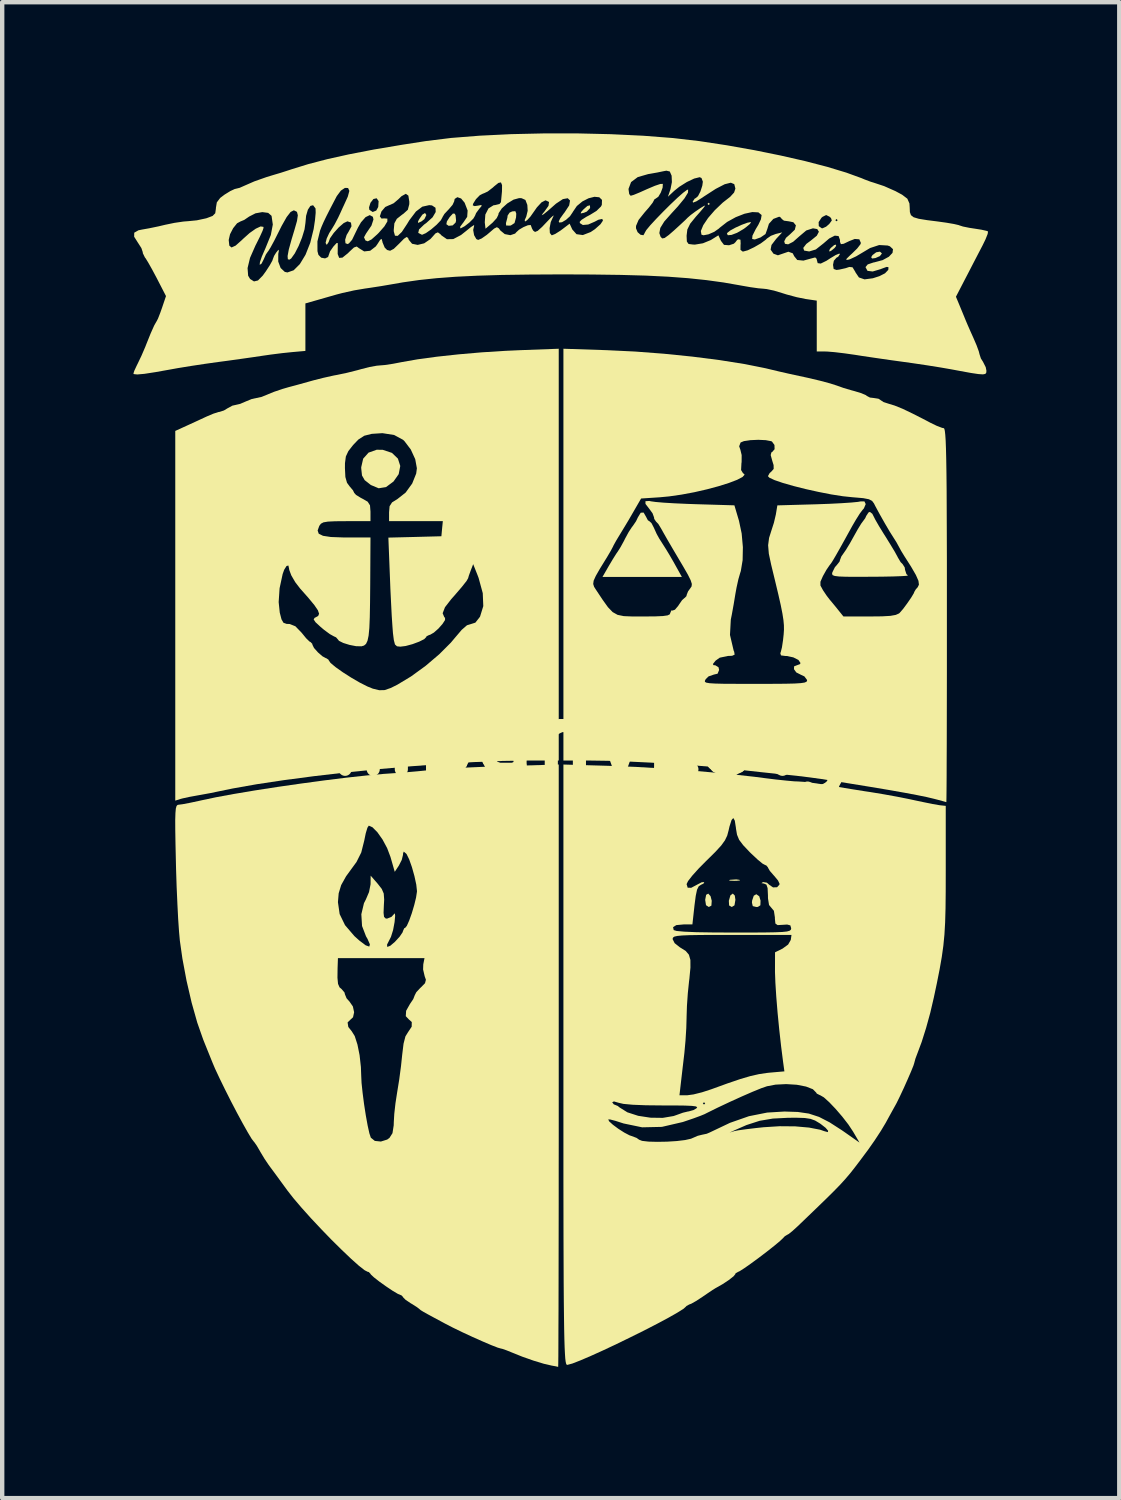
<source format=kicad_pcb>
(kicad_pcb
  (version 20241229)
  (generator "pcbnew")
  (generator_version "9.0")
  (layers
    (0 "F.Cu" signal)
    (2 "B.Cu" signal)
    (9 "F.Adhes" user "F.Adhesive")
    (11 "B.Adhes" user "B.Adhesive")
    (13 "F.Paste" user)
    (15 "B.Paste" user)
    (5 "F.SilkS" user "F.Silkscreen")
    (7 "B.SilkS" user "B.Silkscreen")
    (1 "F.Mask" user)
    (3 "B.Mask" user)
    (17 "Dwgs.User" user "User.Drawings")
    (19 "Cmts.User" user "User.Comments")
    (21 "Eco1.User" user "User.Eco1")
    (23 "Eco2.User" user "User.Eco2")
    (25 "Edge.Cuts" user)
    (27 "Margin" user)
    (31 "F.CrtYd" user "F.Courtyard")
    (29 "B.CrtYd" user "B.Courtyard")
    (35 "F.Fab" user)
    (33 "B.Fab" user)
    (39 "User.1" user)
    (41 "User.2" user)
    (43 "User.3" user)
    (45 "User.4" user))
  (footprint "companyLolgo"
    (layer "F.Cu")
    (at 9.804 13.86)
    (property "Reference" "companyLolgo" (at 0 0 0) (layer "F.SilkS") (effects (font (size 1.5 1.5) (thickness 0.3))))
    (attr board_only exclude_from_pos_files exclude_from_bom)
    (fp_poly (pts (xy 3.374 -12.248) (xy 3.348 -12.222) (xy 3.321 -12.248) (xy 3.348 -12.275)) (stroke (width 0) (type solid)) (fill yes) (layer "F.SilkS"))
    (fp_poly (pts (xy 3.391 3.579) (xy 3.418 3.684) (xy 3.41 3.795) (xy 3.351 3.826) (xy 3.287 3.785) (xy 3.268 3.662) (xy 3.29 3.547) (xy 3.339 3.52)) (stroke (width 0) (type solid)) (fill yes) (layer "F.SilkS"))
    (fp_poly (pts (xy 3.945 3.564) (xy 3.959 3.662) (xy 3.938 3.788) (xy 3.876 3.826) (xy 3.815 3.791) (xy 3.809 3.684) (xy 3.845 3.56) (xy 3.899 3.519)) (stroke (width 0) (type solid)) (fill yes) (layer "F.SilkS"))
    (fp_poly (pts (xy 4.052 3.205) (xy 4.065 3.219) (xy 3.989 3.227) (xy 3.932 3.228) (xy 3.829 3.223) (xy 3.814 3.211) (xy 3.84 3.204) (xy 3.978 3.195)) (stroke (width 0) (type solid)) (fill yes) (layer "F.SilkS"))
    (fp_poly (pts (xy 6.263 -11.289) (xy 6.225 -11.239) (xy 6.145 -11.174) (xy 6.108 -11.159) (xy 6.106 -11.192) (xy 6.137 -11.239) (xy 6.216 -11.306) (xy 6.254 -11.318)) (stroke (width 0) (type solid)) (fill yes) (layer "F.SilkS"))
    (fp_poly (pts (xy -3.109 -11.998) (xy -3.109 -11.988) (xy -3.151 -11.901) (xy -3.219 -11.848) (xy -3.296 -11.813) (xy -3.296 -11.848) (xy -3.272 -11.896) (xy -3.198 -12.003) (xy -3.137 -12.041)) (stroke (width 0) (type solid)) (fill yes) (layer "F.SilkS"))
    (fp_poly (pts (xy 0.637 -12.161) (xy 0.632 -12.147) (xy 0.562 -12.073) (xy 0.496 -12.045) (xy 0.423 -12.03) (xy 0.43 -12.06) (xy 0.482 -12.119) (xy 0.574 -12.201) (xy 0.633 -12.216)) (stroke (width 0) (type solid)) (fill yes) (layer "F.SilkS"))
    (fp_poly (pts (xy 7.306 -11.119) (xy 7.306 -11.112) (xy 7.262 -11.055) (xy 7.16 -11.01) (xy 7.083 -11) (xy 7.063 -11.03) (xy 7.094 -11.079) (xy 7.178 -11.142) (xy 7.263 -11.157)) (stroke (width 0) (type solid)) (fill yes) (layer "F.SilkS"))
    (fp_poly (pts (xy -2.458 -12.025) (xy -2.439 -11.988) (xy -2.427 -11.868) (xy -2.437 -11.823) (xy -2.504 -11.757) (xy -2.597 -11.747) (xy -2.649 -11.784) (xy -2.637 -11.849) (xy -2.573 -11.948) (xy -2.499 -12.028)) (stroke (width 0) (type solid)) (fill yes) (layer "F.SilkS"))
    (fp_poly (pts (xy 4.504 3.581) (xy 4.534 3.68) (xy 4.53 3.787) (xy 4.473 3.824) (xy 4.437 3.826) (xy 4.356 3.806) (xy 4.337 3.726) (xy 4.341 3.68) (xy 4.379 3.568) (xy 4.437 3.534)) (stroke (width 0) (type solid)) (fill yes) (layer "F.SilkS"))
    (fp_poly (pts (xy -1.051 -12.026) (xy -1.056 -11.938) (xy -1.091 -11.81) (xy -1.174 -11.756) (xy -1.196 -11.752) (xy -1.282 -11.754) (xy -1.287 -11.81) (xy -1.283 -11.823) (xy -1.253 -11.939) (xy -1.249 -11.981) (xy -1.204 -12.049) (xy -1.143 -12.077) (xy -1.072 -12.082)) (stroke (width 0) (type solid)) (fill yes) (layer "F.SilkS"))
    (fp_poly (pts (xy 4.316 -11.829) (xy 4.29 -11.789) (xy 4.199 -11.713) (xy 4.137 -11.669) (xy 3.996 -11.587) (xy 3.871 -11.54) (xy 3.787 -11.532) (xy 3.765 -11.567) (xy 3.776 -11.588) (xy 3.839 -11.639) (xy 3.959 -11.705) (xy 4.1 -11.769) (xy 4.228 -11.817) (xy 4.307 -11.833)) (stroke (width 0) (type solid)) (fill yes) (layer "F.SilkS"))
    (fp_poly (pts (xy -4.104 -6.626) (xy -3.893 -6.556) (xy -3.757 -6.425) (xy -3.703 -6.257) (xy -3.739 -6.07) (xy -3.857 -5.902) (xy -4.029 -5.774) (xy -4.197 -5.747) (xy -4.374 -5.821) (xy -4.385 -5.829) (xy -4.517 -5.933) (xy -4.578 -6.04) (xy -4.595 -6.197) (xy -4.596 -6.227) (xy -4.551 -6.424) (xy -4.428 -6.562) (xy -4.242 -6.628)) (stroke (width 0) (type solid)) (fill yes) (layer "F.SilkS"))
    (fp_poly (pts (xy 1.913 -5.101) (xy 1.958 -5.015) (xy 1.991 -4.995) (xy 2.04 -4.951) (xy 2.093 -4.849) (xy 2.16 -4.701) (xy 2.218 -4.597) (xy 2.299 -4.47) (xy 2.37 -4.358) (xy 2.446 -4.233) (xy 2.544 -4.064) (xy 2.595 -3.972) (xy 2.735 -3.72) (xy 1.827 -3.72) (xy 0.92 -3.72) (xy 1.065 -3.972) (xy 1.159 -4.13) (xy 1.239 -4.257) (xy 1.272 -4.304) (xy 1.333 -4.401) (xy 1.412 -4.545) (xy 1.437 -4.596) (xy 1.518 -4.745) (xy 1.593 -4.86) (xy 1.612 -4.883) (xy 1.687 -4.993) (xy 1.73 -5.083) (xy 1.794 -5.188) (xy 1.86 -5.192)) (stroke (width 0) (type solid)) (fill yes) (layer "F.SilkS"))
    (fp_poly (pts (xy 7.089 -5.164) (xy 7.114 -5.115) (xy 7.158 -5.028) (xy 7.243 -4.88) (xy 7.354 -4.7) (xy 7.386 -4.65) (xy 7.503 -4.461) (xy 7.603 -4.295) (xy 7.666 -4.18) (xy 7.674 -4.163) (xy 7.737 -4.058) (xy 7.781 -4.014) (xy 7.83 -3.937) (xy 7.838 -3.88) (xy 7.869 -3.784) (xy 7.904 -3.755) (xy 7.876 -3.746) (xy 7.758 -3.738) (xy 7.564 -3.731) (xy 7.31 -3.726) (xy 7.059 -3.724) (xy 6.729 -3.723) (xy 6.49 -3.724) (xy 6.329 -3.73) (xy 6.232 -3.742) (xy 6.183 -3.76) (xy 6.169 -3.788) (xy 6.175 -3.824) (xy 6.234 -3.943) (xy 6.276 -3.99) (xy 6.34 -4.071) (xy 6.35 -4.107) (xy 6.382 -4.19) (xy 6.422 -4.247) (xy 6.484 -4.336) (xy 6.575 -4.485) (xy 6.667 -4.65) (xy 6.759 -4.814) (xy 6.835 -4.938) (xy 6.877 -4.995) (xy 6.927 -5.063) (xy 6.95 -5.115) (xy 7.001 -5.193) (xy 7.033 -5.208)) (stroke (width 0) (type solid)) (fill yes) (layer "F.SilkS"))
    (fp_poly (pts (xy -0.08 -4.229) (xy -0.08 0.478) (xy -0.784 0.478) (xy -1.367 0.487) (xy -2.02 0.513) (xy -2.722 0.554) (xy -3.457 0.609) (xy -4.206 0.675) (xy -4.952 0.751) (xy -5.675 0.835) (xy -6.358 0.925) (xy -6.983 1.019) (xy -7.531 1.116) (xy -7.838 1.179) (xy -8.045 1.222) (xy -8.275 1.264) (xy -8.343 1.276) (xy -8.524 1.309) (xy -8.679 1.343) (xy -8.728 1.356) (xy -8.847 1.394) (xy -8.847 -2.832) (xy -8.847 -3.145) (xy -6.483 -3.145) (xy -6.458 -2.904) (xy -6.418 -2.75) (xy -6.373 -2.672) (xy -6.3 -2.646) (xy -6.231 -2.644) (xy -6.101 -2.592) (xy -5.955 -2.441) (xy -5.953 -2.438) (xy -5.855 -2.318) (xy -5.778 -2.243) (xy -5.755 -2.232) (xy -5.714 -2.19) (xy -5.712 -2.171) (xy -5.675 -2.096) (xy -5.585 -1.995) (xy -5.481 -1.905) (xy -5.398 -1.86) (xy -5.391 -1.86) (xy -5.341 -1.825) (xy -5.34 -1.816) (xy -5.297 -1.754) (xy -5.182 -1.658) (xy -5.017 -1.541) (xy -4.826 -1.419) (xy -4.63 -1.305) (xy -4.452 -1.215) (xy -4.331 -1.166) (xy -4.184 -1.13) (xy -4.061 -1.133) (xy -3.921 -1.181) (xy -3.772 -1.255) (xy -3.457 -1.445) (xy -3.125 -1.686) (xy -2.812 -1.952) (xy -2.548 -2.216) (xy -2.458 -2.323) (xy -2.298 -2.511) (xy -2.178 -2.615) (xy -2.09 -2.642) (xy -2.09 -2.642) (xy -1.986 -2.675) (xy -1.884 -2.805) (xy -1.878 -2.816) (xy -1.805 -3.053) (xy -1.817 -3.349) (xy -1.912 -3.697) (xy -1.937 -3.763) (xy -2.036 -4.012) (xy -2.094 -3.862) (xy -2.135 -3.75) (xy -2.152 -3.69) (xy -2.188 -3.627) (xy -2.294 -3.493) (xy -2.463 -3.296) (xy -2.537 -3.213) (xy -2.681 -3.027) (xy -2.734 -2.89) (xy -2.696 -2.799) (xy -2.679 -2.787) (xy -2.679 -2.735) (xy -2.738 -2.644) (xy -2.831 -2.539) (xy -2.934 -2.448) (xy -3.022 -2.397) (xy -3.042 -2.393) (xy -3.104 -2.362) (xy -3.109 -2.345) (xy -3.155 -2.298) (xy -3.271 -2.24) (xy -3.424 -2.183) (xy -3.58 -2.141) (xy -3.701 -2.126) (xy -3.778 -2.134) (xy -3.824 -2.176) (xy -3.85 -2.276) (xy -3.87 -2.434) (xy -3.882 -2.591) (xy -3.898 -2.829) (xy -3.913 -3.123) (xy -3.929 -3.448) (xy -3.938 -3.681) (xy -3.975 -4.619) (xy -3.369 -4.634) (xy -2.763 -4.65) (xy -2.747 -4.822) (xy -2.73 -4.995) (xy -3.344 -4.995) (xy -3.959 -4.995) (xy -3.959 -5.198) (xy -3.947 -5.337) (xy -3.891 -5.424) (xy -3.765 -5.503) (xy -3.764 -5.504) (xy -3.58 -5.649) (xy -3.43 -5.856) (xy -3.339 -6.083) (xy -3.323 -6.204) (xy -3.361 -6.412) (xy -3.463 -6.634) (xy -3.607 -6.824) (xy -3.641 -6.856) (xy -3.843 -6.965) (xy -4.111 -7.007) (xy -4.356 -6.991) (xy -4.526 -6.948) (xy -4.661 -6.861) (xy -4.781 -6.736) (xy -4.89 -6.596) (xy -4.947 -6.474) (xy -4.967 -6.322) (xy -4.968 -6.208) (xy -4.958 -6.005) (xy -4.921 -5.873) (xy -4.862 -5.792) (xy -4.784 -5.7) (xy -4.756 -5.642) (xy -4.713 -5.594) (xy -4.605 -5.528) (xy -4.57 -5.51) (xy -4.448 -5.44) (xy -4.395 -5.356) (xy -4.384 -5.213) (xy -4.384 -5.208) (xy -4.384 -4.995) (xy -4.94 -4.995) (xy -5.191 -4.993) (xy -5.357 -4.985) (xy -5.459 -4.968) (xy -5.517 -4.937) (xy -5.553 -4.889) (xy -5.555 -4.885) (xy -5.592 -4.782) (xy -5.567 -4.708) (xy -5.469 -4.66) (xy -5.29 -4.633) (xy -5.017 -4.623) (xy -4.935 -4.623) (xy -4.384 -4.623) (xy -4.39 -3.547) (xy -4.394 -3.126) (xy -4.4 -2.798) (xy -4.41 -2.553) (xy -4.427 -2.378) (xy -4.452 -2.261) (xy -4.486 -2.189) (xy -4.532 -2.151) (xy -4.59 -2.134) (xy -4.594 -2.134) (xy -4.714 -2.137) (xy -4.863 -2.166) (xy -5.005 -2.21) (xy -5.104 -2.259) (xy -5.128 -2.29) (xy -5.171 -2.339) (xy -5.221 -2.362) (xy -5.313 -2.413) (xy -5.446 -2.511) (xy -5.523 -2.576) (xy -5.641 -2.685) (xy -5.683 -2.749) (xy -5.66 -2.786) (xy -5.643 -2.793) (xy -5.58 -2.828) (xy -5.559 -2.878) (xy -5.586 -2.957) (xy -5.667 -3.076) (xy -5.809 -3.248) (xy -5.992 -3.454) (xy -6.104 -3.6) (xy -6.194 -3.755) (xy -6.241 -3.88) (xy -6.244 -3.904) (xy -6.261 -3.981) (xy -6.303 -3.97) (xy -6.357 -3.884) (xy -6.392 -3.786) (xy -6.462 -3.461) (xy -6.483 -3.145) (xy -8.847 -3.145) (xy -8.847 -7.058) (xy -8.595 -7.173) (xy -8.394 -7.265) (xy -8.189 -7.36) (xy -8.124 -7.39) (xy -7.975 -7.453) (xy -7.859 -7.49) (xy -7.832 -7.494) (xy -7.734 -7.526) (xy -7.655 -7.574) (xy -7.541 -7.636) (xy -7.469 -7.652) (xy -7.365 -7.676) (xy -7.234 -7.732) (xy -7.098 -7.788) (xy -6.99 -7.811) (xy -6.88 -7.834) (xy -6.74 -7.89) (xy -6.734 -7.893) (xy -6.59 -7.952) (xy -6.395 -8.018) (xy -6.261 -8.057) (xy -6.034 -8.118) (xy -5.797 -8.184) (xy -5.686 -8.215) (xy -5.461 -8.272) (xy -5.219 -8.326) (xy -5.147 -8.339) (xy -4.924 -8.386) (xy -4.681 -8.447) (xy -4.592 -8.472) (xy -4.407 -8.519) (xy -4.242 -8.549) (xy -4.175 -8.555) (xy -4.054 -8.565) (xy -3.87 -8.593) (xy -3.667 -8.632) (xy -3.308 -8.695) (xy -2.867 -8.755) (xy -2.369 -8.809) (xy -1.838 -8.855) (xy -1.3 -8.889) (xy -0.97 -8.904) (xy -0.08 -8.937)) (stroke (width 0) (type solid)) (fill yes) (layer "F.SilkS"))
    (fp_poly (pts (xy -0.08 7.457) (xy -0.08 8.304) (xy -0.08 9.12) (xy -0.081 9.9) (xy -0.081 10.638) (xy -0.082 11.327) (xy -0.083 11.961) (xy -0.084 12.534) (xy -0.085 13.039) (xy -0.087 13.471) (xy -0.088 13.823) (xy -0.089 14.089) (xy -0.091 14.262) (xy -0.093 14.337) (xy -0.093 14.34) (xy -0.149 14.327) (xy -0.239 14.311) (xy -0.42 14.269) (xy -0.657 14.197) (xy -0.91 14.108) (xy -1.129 14.02) (xy -1.272 13.962) (xy -1.375 13.926) (xy -1.398 13.922) (xy -1.475 13.9) (xy -1.624 13.842) (xy -1.825 13.756) (xy -2.054 13.654) (xy -2.289 13.545) (xy -2.509 13.438) (xy -2.683 13.348) (xy -2.919 13.221) (xy -3.078 13.135) (xy -3.176 13.08) (xy -3.23 13.047) (xy -3.257 13.026) (xy -3.268 13.015) (xy -3.328 12.97) (xy -3.441 12.899) (xy -3.467 12.884) (xy -3.579 12.809) (xy -3.638 12.75) (xy -3.64 12.742) (xy -3.68 12.701) (xy -3.689 12.7) (xy -3.758 12.671) (xy -3.881 12.598) (xy -4.03 12.498) (xy -4.18 12.391) (xy -4.304 12.294) (xy -4.376 12.227) (xy -4.384 12.212) (xy -4.425 12.17) (xy -4.442 12.169) (xy -4.517 12.131) (xy -4.651 12.026) (xy -4.829 11.867) (xy -5.04 11.666) (xy -5.272 11.437) (xy -5.51 11.191) (xy -5.744 10.942) (xy -5.96 10.701) (xy -6.146 10.483) (xy -6.282 10.309) (xy -6.431 10.105) (xy -6.566 9.92) (xy -6.67 9.78) (xy -6.711 9.724) (xy -6.805 9.585) (xy -6.903 9.422) (xy -6.912 9.405) (xy -6.985 9.281) (xy -7.041 9.201) (xy -7.049 9.193) (xy -7.101 9.125) (xy -7.189 8.979) (xy -7.304 8.775) (xy -7.436 8.531) (xy -7.575 8.265) (xy -7.711 7.995) (xy -7.835 7.741) (xy -7.938 7.521) (xy -7.995 7.386) (xy -8.081 7.173) (xy -8.169 6.955) (xy -8.209 6.855) (xy -8.344 6.47) (xy -8.473 6.012) (xy -8.589 5.512) (xy -8.602 5.443) (xy -5.139 5.443) (xy -5.126 5.583) (xy -5.091 5.663) (xy -5.047 5.7) (xy -4.978 5.78) (xy -4.968 5.822) (xy -4.931 5.913) (xy -4.862 5.99) (xy -4.786 6.101) (xy -4.758 6.233) (xy -4.783 6.347) (xy -4.836 6.396) (xy -4.907 6.465) (xy -4.891 6.569) (xy -4.814 6.665) (xy -4.744 6.777) (xy -4.682 6.97) (xy -4.633 7.214) (xy -4.603 7.485) (xy -4.596 7.676) (xy -4.588 7.848) (xy -4.564 8.075) (xy -4.531 8.331) (xy -4.491 8.589) (xy -4.449 8.821) (xy -4.409 9.001) (xy -4.376 9.1) (xy -4.284 9.174) (xy -4.146 9.188) (xy -4.002 9.143) (xy -3.95 9.105) (xy -3.881 8.997) (xy -3.853 8.818) (xy -3.851 8.746) (xy -3.84 8.557) (xy -3.813 8.315) (xy -3.775 8.068) (xy -3.772 8.05) (xy -3.727 7.772) (xy -3.686 7.462) (xy -3.659 7.205) (xy -3.628 6.951) (xy -3.585 6.784) (xy -3.525 6.687) (xy -3.442 6.563) (xy -3.44 6.456) (xy -3.507 6.396) (xy -3.577 6.322) (xy -3.569 6.199) (xy -3.484 6.048) (xy -3.481 6.043) (xy -3.406 5.931) (xy -3.374 5.849) (xy -3.374 5.848) (xy -3.337 5.775) (xy -3.246 5.677) (xy -3.23 5.663) (xy -3.137 5.568) (xy -3.117 5.489) (xy -3.145 5.409) (xy -3.181 5.255) (xy -3.177 5.137) (xy -3.149 4.995) (xy -4.139 4.995) (xy -5.128 4.995) (xy -5.136 5.221) (xy -5.139 5.443) (xy -8.602 5.443) (xy -8.684 5.005) (xy -8.742 4.596) (xy -8.761 4.386) (xy -8.781 4.094) (xy -8.799 3.742) (xy -8.8 3.716) (xy -5.128 3.716) (xy -5.089 3.988) (xy -4.966 4.241) (xy -4.752 4.491) (xy -4.641 4.591) (xy -4.494 4.702) (xy -4.412 4.731) (xy -4.397 4.681) (xy -4.453 4.553) (xy -4.486 4.497) (xy -4.577 4.26) (xy -4.593 3.992) (xy -4.533 3.739) (xy -4.49 3.655) (xy -4.417 3.484) (xy -4.382 3.306) (xy -4.382 3.295) (xy -4.38 3.109) (xy -4.218 3.295) (xy -4.126 3.413) (xy -4.081 3.518) (xy -4.071 3.656) (xy -4.078 3.786) (xy -4.085 3.96) (xy -4.074 4.052) (xy -4.038 4.088) (xy -4.005 4.092) (xy -3.902 4.05) (xy -3.856 3.999) (xy -3.827 3.97) (xy -3.82 4.03) (xy -3.833 4.171) (xy -3.867 4.353) (xy -3.915 4.507) (xy -3.939 4.555) (xy -4.005 4.685) (xy -4.001 4.739) (xy -3.932 4.713) (xy -3.826 4.623) (xy -3.717 4.504) (xy -3.65 4.405) (xy -3.64 4.373) (xy -3.611 4.31) (xy -3.592 4.304) (xy -3.553 4.257) (xy -3.499 4.136) (xy -3.439 3.968) (xy -3.384 3.783) (xy -3.342 3.611) (xy -3.322 3.479) (xy -3.321 3.462) (xy -3.337 3.314) (xy -3.379 3.12) (xy -3.436 2.916) (xy -3.499 2.738) (xy -3.556 2.621) (xy -3.568 2.606) (xy -3.624 2.559) (xy -3.64 2.606) (xy -3.64 2.632) (xy -3.669 2.75) (xy -3.735 2.879) (xy -3.829 3.022) (xy -3.927 2.681) (xy -4.003 2.48) (xy -4.108 2.284) (xy -4.226 2.117) (xy -4.339 2.003) (xy -4.423 1.966) (xy -4.454 2.014) (xy -4.492 2.14) (xy -4.527 2.31) (xy -4.595 2.58) (xy -4.703 2.796) (xy -4.765 2.881) (xy -4.942 3.124) (xy -5.054 3.325) (xy -5.111 3.513) (xy -5.128 3.715) (xy -5.128 3.716) (xy -8.8 3.716) (xy -8.816 3.355) (xy -8.829 2.955) (xy -8.833 2.776) (xy -8.842 2.373) (xy -8.847 2.063) (xy -8.848 1.835) (xy -8.843 1.676) (xy -8.834 1.575) (xy -8.818 1.518) (xy -8.796 1.493) (xy -8.771 1.488) (xy -8.679 1.476) (xy -8.515 1.445) (xy -8.309 1.401) (xy -8.246 1.387) (xy -7.916 1.317) (xy -7.502 1.241) (xy -7.026 1.161) (xy -6.51 1.081) (xy -5.974 1.004) (xy -5.442 0.932) (xy -4.934 0.869) (xy -4.474 0.819) (xy -4.081 0.783) (xy -3.932 0.773) (xy -3.64 0.752) (xy -3.316 0.724) (xy -3.027 0.695) (xy -3.002 0.692) (xy -2.814 0.675) (xy -2.543 0.657) (xy -2.211 0.639) (xy -1.841 0.623) (xy -1.457 0.608) (xy -1.315 0.604) (xy -0.08 0.568)) (stroke (width 0) (type solid)) (fill yes) (layer "F.SilkS"))
    (fp_poly (pts (xy 1.023 -8.904) (xy 1.665 -8.873) (xy 2.323 -8.823) (xy 2.974 -8.757) (xy 3.595 -8.678) (xy 4.162 -8.588) (xy 4.652 -8.49) (xy 4.756 -8.465) (xy 4.974 -8.413) (xy 5.186 -8.365) (xy 5.314 -8.337) (xy 5.615 -8.272) (xy 5.894 -8.206) (xy 6.125 -8.144) (xy 6.281 -8.094) (xy 6.297 -8.088) (xy 6.43 -8.041) (xy 6.609 -7.988) (xy 6.683 -7.968) (xy 6.837 -7.921) (xy 6.942 -7.876) (xy 6.966 -7.857) (xy 7.035 -7.821) (xy 7.121 -7.811) (xy 7.23 -7.794) (xy 7.276 -7.764) (xy 7.345 -7.718) (xy 7.452 -7.683) (xy 7.597 -7.639) (xy 7.78 -7.565) (xy 8.016 -7.452) (xy 8.323 -7.295) (xy 8.415 -7.246) (xy 8.566 -7.173) (xy 8.685 -7.128) (xy 8.723 -7.121) (xy 8.736 -7.106) (xy 8.747 -7.058) (xy 8.757 -6.971) (xy 8.766 -6.838) (xy 8.773 -6.653) (xy 8.779 -6.409) (xy 8.784 -6.101) (xy 8.788 -5.722) (xy 8.79 -5.266) (xy 8.792 -4.727) (xy 8.794 -4.098) (xy 8.794 -3.373) (xy 8.794 -2.843) (xy 8.794 -2.179) (xy 8.794 -1.547) (xy 8.793 -0.955) (xy 8.792 -0.41) (xy 8.791 0.08) (xy 8.789 0.506) (xy 8.788 0.861) (xy 8.786 1.137) (xy 8.784 1.326) (xy 8.782 1.419) (xy 8.781 1.429) (xy 8.727 1.413) (xy 8.602 1.379) (xy 8.502 1.353) (xy 8.334 1.313) (xy 8.114 1.268) (xy 7.833 1.215) (xy 7.482 1.153) (xy 7.053 1.081) (xy 6.536 0.997) (xy 5.925 0.9) (xy 5.666 0.864) (xy 5.365 0.827) (xy 5.085 0.798) (xy 5.075 0.797) (xy 4.837 0.774) (xy 4.535 0.742) (xy 4.209 0.706) (xy 3.932 0.674) (xy 3.544 0.633) (xy 3.079 0.594) (xy 2.567 0.558) (xy 2.039 0.526) (xy 1.523 0.501) (xy 1.049 0.484) (xy 0.647 0.478) (xy 0.598 0.478) (xy 0.027 0.478) (xy 0.027 -3.559) (xy 0.708 -3.559) (xy 0.728 -3.495) (xy 0.762 -3.441) (xy 0.924 -3.197) (xy 1.046 -3.027) (xy 1.153 -2.916) (xy 1.265 -2.853) (xy 1.407 -2.824) (xy 1.602 -2.816) (xy 1.858 -2.816) (xy 2.125 -2.818) (xy 2.303 -2.826) (xy 2.409 -2.841) (xy 2.459 -2.866) (xy 2.471 -2.899) (xy 2.495 -2.955) (xy 2.521 -2.951) (xy 2.577 -2.971) (xy 2.652 -3.06) (xy 2.665 -3.081) (xy 2.739 -3.188) (xy 2.796 -3.24) (xy 2.801 -3.241) (xy 2.841 -3.283) (xy 2.843 -3.304) (xy 2.876 -3.389) (xy 2.926 -3.458) (xy 2.957 -3.504) (xy 2.963 -3.56) (xy 2.936 -3.645) (xy 2.871 -3.775) (xy 2.76 -3.968) (xy 2.674 -4.113) (xy 2.537 -4.345) (xy 2.413 -4.557) (xy 2.317 -4.725) (xy 2.263 -4.822) (xy 2.197 -4.931) (xy 2.144 -4.986) (xy 2.103 -5.047) (xy 2.099 -5.081) (xy 2.065 -5.174) (xy 1.993 -5.273) (xy 1.903 -5.39) (xy 1.903 -5.452) (xy 1.991 -5.457) (xy 2.033 -5.448) (xy 2.134 -5.434) (xy 2.32 -5.418) (xy 2.57 -5.403) (xy 2.86 -5.39) (xy 3.058 -5.383) (xy 3.936 -5.357) (xy 4.041 -5.003) (xy 4.102 -4.714) (xy 4.13 -4.401) (xy 4.124 -4.103) (xy 4.083 -3.856) (xy 4.065 -3.799) (xy 4.027 -3.667) (xy 3.985 -3.477) (xy 3.958 -3.328) (xy 3.92 -3.098) (xy 3.878 -2.864) (xy 3.854 -2.745) (xy 3.835 -2.394) (xy 3.918 -2.04) (xy 3.932 -2.006) (xy 3.941 -1.943) (xy 3.883 -1.917) (xy 3.787 -1.913) (xy 3.601 -1.874) (xy 3.507 -1.807) (xy 3.445 -1.73) (xy 3.457 -1.703) (xy 3.499 -1.7) (xy 3.572 -1.656) (xy 3.587 -1.594) (xy 3.552 -1.508) (xy 3.467 -1.488) (xy 3.345 -1.446) (xy 3.28 -1.382) (xy 3.262 -1.347) (xy 3.262 -1.321) (xy 3.294 -1.303) (xy 3.37 -1.29) (xy 3.502 -1.282) (xy 3.701 -1.277) (xy 3.981 -1.276) (xy 4.353 -1.275) (xy 4.414 -1.275) (xy 4.802 -1.276) (xy 5.096 -1.278) (xy 5.308 -1.283) (xy 5.452 -1.292) (xy 5.54 -1.305) (xy 5.585 -1.324) (xy 5.598 -1.349) (xy 5.596 -1.366) (xy 5.536 -1.446) (xy 5.447 -1.488) (xy 5.351 -1.537) (xy 5.298 -1.611) (xy 5.301 -1.676) (xy 5.363 -1.7) (xy 5.436 -1.727) (xy 5.447 -1.752) (xy 5.4 -1.822) (xy 5.283 -1.881) (xy 5.135 -1.912) (xy 5.099 -1.913) (xy 5.001 -1.926) (xy 4.986 -1.977) (xy 4.997 -2.006) (xy 5.023 -2.109) (xy 5.048 -2.275) (xy 5.062 -2.404) (xy 5.069 -2.511) (xy 5.068 -2.615) (xy 5.057 -2.734) (xy 5.034 -2.882) (xy 4.996 -3.074) (xy 4.939 -3.326) (xy 4.861 -3.652) (xy 4.777 -3.998) (xy 4.723 -4.252) (xy 4.707 -4.445) (xy 4.729 -4.613) (xy 4.778 -4.768) (xy 4.839 -4.958) (xy 4.884 -5.149) (xy 4.886 -5.162) (xy 4.918 -5.356) (xy 5.807 -5.381) (xy 6.112 -5.392) (xy 6.387 -5.406) (xy 6.61 -5.421) (xy 6.763 -5.436) (xy 6.815 -5.446) (xy 6.909 -5.447) (xy 6.938 -5.385) (xy 6.897 -5.288) (xy 6.865 -5.251) (xy 6.803 -5.169) (xy 6.713 -5.026) (xy 6.633 -4.889) (xy 6.468 -4.59) (xy 6.345 -4.369) (xy 6.257 -4.214) (xy 6.196 -4.11) (xy 6.154 -4.043) (xy 6.121 -3.999) (xy 6.11 -3.985) (xy 6.041 -3.884) (xy 5.963 -3.745) (xy 5.957 -3.733) (xy 5.903 -3.61) (xy 5.903 -3.524) (xy 5.96 -3.419) (xy 5.963 -3.414) (xy 6.045 -3.292) (xy 6.11 -3.207) (xy 6.177 -3.127) (xy 6.275 -3.008) (xy 6.296 -2.981) (xy 6.429 -2.816) (xy 7.031 -2.816) (xy 7.31 -2.819) (xy 7.502 -2.83) (xy 7.625 -2.852) (xy 7.699 -2.885) (xy 7.716 -2.9) (xy 7.794 -2.99) (xy 7.888 -3.117) (xy 7.977 -3.246) (xy 8.037 -3.346) (xy 8.05 -3.38) (xy 8.083 -3.436) (xy 8.126 -3.484) (xy 8.155 -3.543) (xy 8.144 -3.631) (xy 8.085 -3.765) (xy 7.974 -3.957) (xy 7.825 -4.19) (xy 7.748 -4.316) (xy 7.697 -4.41) (xy 7.641 -4.512) (xy 7.571 -4.623) (xy 7.485 -4.759) (xy 7.373 -4.95) (xy 7.256 -5.157) (xy 7.157 -5.34) (xy 7.127 -5.4) (xy 7.084 -5.458) (xy 7.011 -5.496) (xy 6.882 -5.521) (xy 6.673 -5.539) (xy 6.644 -5.541) (xy 6.416 -5.565) (xy 6.147 -5.607) (xy 5.857 -5.664) (xy 5.564 -5.729) (xy 5.287 -5.799) (xy 5.043 -5.869) (xy 4.853 -5.934) (xy 4.734 -5.99) (xy 4.703 -6.024) (xy 4.741 -6.093) (xy 4.784 -6.132) (xy 4.834 -6.19) (xy 4.832 -6.277) (xy 4.802 -6.374) (xy 4.766 -6.505) (xy 4.781 -6.567) (xy 4.8 -6.577) (xy 4.855 -6.64) (xy 4.852 -6.736) (xy 4.796 -6.814) (xy 4.778 -6.823) (xy 4.653 -6.847) (xy 4.482 -6.855) (xy 4.303 -6.847) (xy 4.154 -6.825) (xy 4.078 -6.794) (xy 4.045 -6.707) (xy 4.073 -6.627) (xy 4.102 -6.506) (xy 4.101 -6.345) (xy 4.097 -6.321) (xy 4.089 -6.164) (xy 4.128 -6.099) (xy 4.17 -6.059) (xy 4.122 -6.005) (xy 3.998 -5.94) (xy 3.812 -5.869) (xy 3.577 -5.795) (xy 3.309 -5.723) (xy 3.021 -5.657) (xy 2.727 -5.602) (xy 2.442 -5.561) (xy 2.23 -5.541) (xy 1.803 -5.513) (xy 1.63 -5.214) (xy 1.514 -5.014) (xy 1.394 -4.815) (xy 1.326 -4.703) (xy 1.238 -4.558) (xy 1.173 -4.441) (xy 1.159 -4.41) (xy 1.11 -4.318) (xy 1.029 -4.18) (xy 0.997 -4.128) (xy 0.856 -3.899) (xy 0.766 -3.741) (xy 0.718 -3.634) (xy 0.708 -3.559) (xy 0.027 -3.559) (xy 0.027 -4.229) (xy 0.027 -8.937)) (stroke (width 0) (type solid)) (fill yes) (layer "F.SilkS"))
    (fp_poly (pts (xy 1.049 0.598) (xy 1.682 0.623) (xy 2.368 0.664) (xy 3.071 0.717) (xy 3.755 0.779) (xy 4.385 0.848) (xy 4.624 0.879) (xy 4.882 0.911) (xy 5.119 0.936) (xy 5.304 0.953) (xy 5.39 0.956) (xy 5.527 0.965) (xy 5.73 0.989) (xy 5.962 1.024) (xy 6.027 1.034) (xy 6.29 1.078) (xy 6.606 1.13) (xy 6.92 1.18) (xy 7.041 1.198) (xy 7.338 1.247) (xy 7.659 1.305) (xy 7.949 1.363) (xy 8.05 1.385) (xy 8.273 1.432) (xy 8.471 1.472) (xy 8.609 1.496) (xy 8.635 1.5) (xy 8.768 1.514) (xy 8.768 3.002) (xy 8.767 3.471) (xy 8.763 3.856) (xy 8.754 4.176) (xy 8.738 4.455) (xy 8.713 4.712) (xy 8.677 4.97) (xy 8.628 5.25) (xy 8.564 5.573) (xy 8.495 5.898) (xy 8.415 6.241) (xy 8.319 6.59) (xy 8.218 6.91) (xy 8.124 7.162) (xy 8.075 7.292) (xy 8.051 7.38) (xy 8.05 7.386) (xy 8.029 7.453) (xy 7.974 7.589) (xy 7.896 7.769) (xy 7.808 7.966) (xy 7.72 8.154) (xy 7.645 8.307) (xy 7.611 8.369) (xy 7.553 8.473) (xy 7.466 8.631) (xy 7.395 8.761) (xy 7.286 8.943) (xy 7.14 9.166) (xy 6.985 9.387) (xy 6.956 9.425) (xy 6.811 9.62) (xy 6.69 9.779) (xy 6.582 9.916) (xy 6.474 10.043) (xy 6.355 10.174) (xy 6.211 10.322) (xy 6.032 10.499) (xy 5.805 10.719) (xy 5.519 10.994) (xy 5.389 11.119) (xy 5.267 11.23) (xy 5.177 11.302) (xy 5.147 11.318) (xy 5.088 11.354) (xy 5.054 11.39) (xy 4.979 11.462) (xy 4.846 11.573) (xy 4.676 11.707) (xy 4.491 11.848) (xy 4.311 11.98) (xy 4.158 12.087) (xy 4.052 12.154) (xy 4.018 12.169) (xy 3.961 12.202) (xy 3.959 12.217) (xy 3.917 12.269) (xy 3.81 12.353) (xy 3.667 12.448) (xy 3.514 12.535) (xy 3.506 12.539) (xy 3.435 12.583) (xy 3.309 12.668) (xy 3.204 12.74) (xy 3.06 12.834) (xy 2.948 12.897) (xy 2.904 12.913) (xy 2.838 12.949) (xy 2.834 12.957) (xy 2.775 13.01) (xy 2.634 13.099) (xy 2.427 13.217) (xy 2.169 13.355) (xy 1.876 13.506) (xy 1.562 13.662) (xy 1.244 13.817) (xy 0.936 13.962) (xy 0.655 14.089) (xy 0.415 14.192) (xy 0.233 14.263) (xy 0.122 14.293) (xy 0.112 14.294) (xy 0.099 14.288) (xy 0.088 14.264) (xy 0.078 14.219) (xy 0.069 14.146) (xy 0.062 14.04) (xy 0.055 13.896) (xy 0.049 13.709) (xy 0.044 13.474) (xy 0.04 13.184) (xy 0.036 12.835) (xy 0.033 12.422) (xy 0.031 11.938) (xy 0.029 11.38) (xy 0.028 10.741) (xy 0.027 10.016) (xy 0.027 9.2) (xy 0.027 8.682) (xy 1.052 8.682) (xy 1.072 8.726) (xy 1.158 8.804) (xy 1.282 8.896) (xy 1.418 8.983) (xy 1.538 9.046) (xy 1.585 9.062) (xy 1.7 9.105) (xy 1.757 9.146) (xy 1.826 9.173) (xy 1.974 9.19) (xy 2.173 9.195) (xy 2.397 9.191) (xy 2.618 9.177) (xy 2.809 9.154) (xy 2.943 9.124) (xy 2.969 9.113) (xy 3.098 9.057) (xy 3.195 9.033) (xy 3.304 9.01) (xy 3.362 8.985) (xy 3.365 8.984) (xy 3.826 8.984) (xy 3.932 8.95) (xy 4.028 8.931) (xy 4.202 8.907) (xy 4.426 8.88) (xy 4.604 8.861) (xy 4.97 8.838) (xy 5.326 8.841) (xy 5.643 8.869) (xy 5.896 8.918) (xy 5.991 8.951) (xy 6.072 8.973) (xy 6.079 8.942) (xy 6.021 8.874) (xy 5.907 8.785) (xy 5.884 8.77) (xy 5.781 8.708) (xy 5.677 8.67) (xy 5.546 8.65) (xy 5.358 8.644) (xy 5.166 8.645) (xy 4.815 8.663) (xy 4.513 8.714) (xy 4.213 8.811) (xy 3.932 8.934) (xy 3.826 8.984) (xy 3.365 8.984) (xy 3.836 8.76) (xy 4.268 8.609) (xy 4.685 8.526) (xy 5.081 8.502) (xy 5.386 8.512) (xy 5.639 8.549) (xy 5.871 8.625) (xy 6.112 8.749) (xy 6.396 8.932) (xy 6.451 8.97) (xy 6.796 9.212) (xy 6.649 8.961) (xy 6.542 8.799) (xy 6.403 8.62) (xy 6.251 8.443) (xy 6.104 8.289) (xy 5.981 8.178) (xy 5.9 8.131) (xy 5.895 8.13) (xy 5.819 8.092) (xy 5.808 8.071) (xy 5.73 7.992) (xy 5.573 7.931) (xy 5.362 7.89) (xy 5.121 7.875) (xy 4.878 7.887) (xy 4.682 7.924) (xy 4.554 7.968) (xy 4.353 8.05) (xy 4.105 8.158) (xy 3.832 8.282) (xy 3.558 8.411) (xy 3.307 8.535) (xy 3.254 8.562) (xy 3.161 8.6) (xy 2.998 8.66) (xy 2.798 8.728) (xy 2.756 8.742) (xy 2.278 8.853) (xy 1.827 8.863) (xy 1.398 8.774) (xy 1.381 8.768) (xy 1.216 8.715) (xy 1.096 8.684) (xy 1.052 8.682) (xy 0.027 8.682) (xy 0.027 8.291) (xy 1.142 8.291) (xy 1.181 8.341) (xy 1.192 8.343) (xy 1.269 8.375) (xy 1.311 8.409) (xy 1.489 8.52) (xy 1.736 8.6) (xy 2.017 8.643) (xy 2.298 8.647) (xy 2.546 8.605) (xy 2.612 8.582) (xy 2.759 8.529) (xy 2.875 8.501) (xy 2.889 8.5) (xy 3.002 8.468) (xy 3.067 8.43) (xy 3.086 8.404) (xy 3.056 8.385) (xy 2.965 8.373) (xy 2.802 8.366) (xy 2.553 8.363) (xy 2.296 8.363) (xy 1.912 8.359) (xy 1.61 8.347) (xy 1.397 8.327) (xy 1.35 8.316) (xy 3.215 8.316) (xy 3.241 8.343) (xy 3.268 8.316) (xy 3.241 8.29) (xy 3.215 8.316) (xy 1.35 8.316) (xy 1.289 8.302) (xy 1.182 8.271) (xy 1.142 8.291) (xy 0.027 8.291) (xy 0.027 8.287) (xy 0.027 7.432) (xy 0.027 4.562) (xy 2.524 4.562) (xy 2.57 4.653) (xy 2.691 4.749) (xy 2.712 4.761) (xy 2.825 4.833) (xy 2.896 4.917) (xy 2.93 5.036) (xy 2.931 5.211) (xy 2.907 5.464) (xy 2.899 5.527) (xy 2.871 5.798) (xy 2.851 6.088) (xy 2.843 6.337) (xy 2.843 6.35) (xy 2.836 6.594) (xy 2.818 6.883) (xy 2.793 7.158) (xy 2.791 7.175) (xy 2.762 7.422) (xy 2.734 7.663) (xy 2.712 7.853) (xy 2.709 7.878) (xy 2.68 8.13) (xy 2.86 8.13) (xy 3.001 8.111) (xy 3.197 8.062) (xy 3.406 7.994) (xy 3.775 7.86) (xy 4.066 7.761) (xy 4.3 7.692) (xy 4.498 7.647) (xy 4.679 7.62) (xy 4.745 7.613) (xy 5.079 7.584) (xy 5.049 7.365) (xy 5.004 7.011) (xy 4.961 6.627) (xy 4.923 6.239) (xy 4.893 5.873) (xy 4.873 5.556) (xy 4.864 5.315) (xy 4.864 5.287) (xy 4.865 4.862) (xy 5.036 4.778) (xy 5.164 4.685) (xy 5.225 4.579) (xy 5.241 4.464) (xy 3.883 4.464) (xy 3.468 4.464) (xy 3.147 4.466) (xy 2.908 4.47) (xy 2.74 4.477) (xy 2.629 4.488) (xy 2.564 4.503) (xy 2.533 4.525) (xy 2.524 4.553) (xy 2.524 4.562) (xy 0.027 4.562) (xy 0.027 4.287) (xy 2.534 4.287) (xy 2.548 4.354) (xy 2.616 4.374) (xy 2.789 4.39) (xy 3.067 4.402) (xy 3.451 4.408) (xy 3.909 4.41) (xy 4.318 4.41) (xy 4.633 4.408) (xy 4.867 4.404) (xy 5.03 4.397) (xy 5.137 4.386) (xy 5.198 4.369) (xy 5.226 4.347) (xy 5.234 4.318) (xy 5.234 4.312) (xy 5.215 4.246) (xy 5.141 4.227) (xy 5.048 4.233) (xy 4.924 4.24) (xy 4.873 4.204) (xy 4.862 4.096) (xy 4.862 4.065) (xy 4.839 3.913) (xy 4.782 3.845) (xy 4.728 3.78) (xy 4.704 3.63) (xy 4.703 3.555) (xy 4.695 3.394) (xy 4.668 3.314) (xy 4.611 3.29) (xy 4.61 3.29) (xy 4.554 3.28) (xy 4.592 3.256) (xy 4.679 3.27) (xy 4.735 3.32) (xy 4.82 3.378) (xy 4.912 3.374) (xy 4.966 3.314) (xy 4.968 3.294) (xy 4.934 3.221) (xy 4.849 3.118) (xy 4.836 3.104) (xy 4.747 3.002) (xy 4.703 2.926) (xy 4.703 2.92) (xy 4.661 2.872) (xy 4.643 2.869) (xy 4.579 2.834) (xy 4.465 2.74) (xy 4.322 2.606) (xy 4.289 2.574) (xy 4.136 2.412) (xy 4.044 2.29) (xy 3.996 2.174) (xy 3.972 2.034) (xy 3.971 2.017) (xy 3.945 1.852) (xy 3.911 1.792) (xy 3.871 1.838) (xy 3.823 1.988) (xy 3.805 2.069) (xy 3.772 2.193) (xy 3.72 2.302) (xy 3.635 2.42) (xy 3.502 2.565) (xy 3.305 2.76) (xy 3.296 2.768) (xy 3.118 2.948) (xy 2.973 3.109) (xy 2.876 3.234) (xy 2.843 3.303) (xy 2.868 3.385) (xy 2.949 3.387) (xy 3.086 3.314) (xy 3.188 3.261) (xy 3.247 3.256) (xy 3.229 3.292) (xy 3.174 3.317) (xy 3.121 3.352) (xy 3.082 3.43) (xy 3.052 3.573) (xy 3.024 3.787) (xy 2.976 4.224) (xy 2.781 4.224) (xy 2.608 4.24) (xy 2.534 4.287) (xy 0.027 4.287) (xy 0.027 0.569)) (stroke (width 0) (type solid)) (fill yes) (layer "F.SilkS"))
    (fp_poly (pts (xy 0.352 -13.86) (xy 1.115 -13.842) (xy 1.849 -13.807) (xy 2.532 -13.754) (xy 3.135 -13.684) (xy 3.766 -13.588) (xy 4.39 -13.477) (xy 4.991 -13.355) (xy 5.553 -13.227) (xy 6.06 -13.095) (xy 6.496 -12.963) (xy 6.845 -12.836) (xy 6.908 -12.809) (xy 7.049 -12.756) (xy 7.121 -12.734) (xy 7.359 -12.655) (xy 7.617 -12.541) (xy 7.771 -12.458) (xy 7.89 -12.367) (xy 7.938 -12.258) (xy 7.944 -12.161) (xy 7.948 -12.061) (xy 7.972 -11.991) (xy 8.034 -11.943) (xy 8.151 -11.908) (xy 8.342 -11.877) (xy 8.565 -11.849) (xy 8.78 -11.819) (xy 8.955 -11.789) (xy 9.063 -11.764) (xy 9.081 -11.757) (xy 9.162 -11.731) (xy 9.31 -11.701) (xy 9.422 -11.684) (xy 9.586 -11.658) (xy 9.701 -11.632) (xy 9.735 -11.618) (xy 9.726 -11.561) (xy 9.677 -11.438) (xy 9.61 -11.3) (xy 9.513 -11.114) (xy 9.39 -10.877) (xy 9.264 -10.633) (xy 9.23 -10.568) (xy 9.001 -10.126) (xy 9.09 -9.912) (xy 9.156 -9.752) (xy 9.211 -9.618) (xy 9.222 -9.591) (xy 9.266 -9.487) (xy 9.337 -9.325) (xy 9.401 -9.183) (xy 9.474 -9.013) (xy 9.524 -8.876) (xy 9.54 -8.811) (xy 9.571 -8.716) (xy 9.62 -8.638) (xy 9.682 -8.515) (xy 9.698 -8.433) (xy 9.694 -8.389) (xy 9.672 -8.361) (xy 9.617 -8.351) (xy 9.514 -8.358) (xy 9.346 -8.383) (xy 9.099 -8.428) (xy 8.901 -8.465) (xy 8.654 -8.508) (xy 8.348 -8.557) (xy 8.025 -8.605) (xy 7.811 -8.635) (xy 7.5 -8.678) (xy 7.168 -8.726) (xy 6.863 -8.771) (xy 6.692 -8.798) (xy 6.452 -8.832) (xy 6.227 -8.859) (xy 6.056 -8.873) (xy 6.015 -8.874) (xy 5.819 -8.874) (xy 5.819 -9.455) (xy 5.819 -10.037) (xy 5.566 -10.074) (xy 5.363 -10.115) (xy 5.132 -10.177) (xy 5.027 -10.21) (xy 4.841 -10.266) (xy 4.676 -10.301) (xy 4.603 -10.309) (xy 4.484 -10.319) (xy 4.3 -10.345) (xy 4.087 -10.382) (xy 4.066 -10.386) (xy 3.688 -10.452) (xy 3.296 -10.506) (xy 2.879 -10.55) (xy 2.422 -10.584) (xy 1.912 -10.609) (xy 1.335 -10.625) (xy 0.678 -10.634) (xy -0.012 -10.637) (xy -0.743 -10.633) (xy -1.382 -10.624) (xy -1.941 -10.607) (xy -2.434 -10.583) (xy -2.873 -10.55) (xy -3.271 -10.508) (xy -3.642 -10.455) (xy -3.906 -10.409) (xy -4.134 -10.37) (xy -4.392 -10.33) (xy -4.517 -10.312) (xy -4.759 -10.271) (xy -5.024 -10.212) (xy -5.155 -10.178) (xy -5.365 -10.118) (xy -5.567 -10.06) (xy -5.672 -10.03) (xy -5.872 -9.973) (xy -5.872 -9.43) (xy -5.872 -8.887) (xy -6.177 -8.86) (xy -6.399 -8.837) (xy -6.661 -8.804) (xy -6.855 -8.776) (xy -7.064 -8.745) (xy -7.338 -8.706) (xy -7.639 -8.664) (xy -7.864 -8.634) (xy -8.171 -8.591) (xy -8.494 -8.542) (xy -8.788 -8.494) (xy -8.954 -8.464) (xy -9.302 -8.402) (xy -9.554 -8.363) (xy -9.716 -8.349) (xy -9.794 -8.357) (xy -9.804 -8.37) (xy -9.782 -8.437) (xy -9.725 -8.559) (xy -9.704 -8.601) (xy -9.62 -8.777) (xy -9.533 -8.979) (xy -9.512 -9.033) (xy -9.409 -9.289) (xy -9.329 -9.468) (xy -9.277 -9.56) (xy -9.273 -9.565) (xy -9.242 -9.626) (xy -9.191 -9.756) (xy -9.152 -9.866) (xy -9.059 -10.141) (xy -9.273 -10.556) (xy -9.376 -10.749) (xy -9.465 -10.907) (xy -9.526 -11.006) (xy -9.54 -11.022) (xy -9.588 -11.12) (xy -9.591 -11.148) (xy -9.622 -11.239) (xy -9.697 -11.356) (xy -9.698 -11.357) (xy -9.738 -11.421) (xy -7.625 -11.421) (xy -7.611 -11.294) (xy -7.561 -11.252) (xy -7.467 -11.295) (xy -7.322 -11.424) (xy -7.299 -11.447) (xy -7.147 -11.583) (xy -7.006 -11.682) (xy -6.896 -11.733) (xy -6.834 -11.724) (xy -6.828 -11.702) (xy -6.851 -11.634) (xy -6.912 -11.499) (xy -6.999 -11.325) (xy -7.014 -11.296) (xy -7.138 -11.014) (xy -7.194 -10.781) (xy -7.181 -10.607) (xy -7.136 -10.532) (xy -7.047 -10.476) (xy -6.956 -10.498) (xy -6.848 -10.608) (xy -6.778 -10.704) (xy -6.687 -10.844) (xy -6.628 -10.95) (xy -6.616 -10.986) (xy -6.587 -11.061) (xy -6.541 -11.135) (xy -6.488 -11.201) (xy -6.479 -11.176) (xy -6.492 -11.105) (xy -6.493 -10.93) (xy -6.438 -10.783) (xy -6.343 -10.694) (xy -6.283 -10.681) (xy -6.14 -10.731) (xy -5.999 -10.872) (xy -5.869 -11.086) (xy -5.761 -11.359) (xy -5.753 -11.391) (xy -5.597 -11.391) (xy -5.596 -11.168) (xy -5.574 -11.084) (xy -5.511 -11.019) (xy -5.422 -11.002) (xy -5.353 -11.034) (xy -5.34 -11.073) (xy -5.308 -11.164) (xy -5.232 -11.273) (xy -5.159 -11.353) (xy -5.132 -11.354) (xy -5.132 -11.292) (xy -5.134 -11.103) (xy -5.1 -11.014) (xy -5.025 -11.02) (xy -4.902 -11.119) (xy -4.865 -11.156) (xy -4.762 -11.252) (xy -4.698 -11.274) (xy -4.647 -11.236) (xy -4.528 -11.162) (xy -4.391 -11.177) (xy -4.263 -11.276) (xy -4.228 -11.325) (xy -4.161 -11.429) (xy -4.129 -11.448) (xy -4.112 -11.389) (xy -4.109 -11.37) (xy -4.059 -11.25) (xy -4.004 -11.195) (xy -3.935 -11.177) (xy -3.851 -11.221) (xy -3.73 -11.338) (xy -3.619 -11.451) (xy -3.558 -11.492) (xy -3.525 -11.471) (xy -3.508 -11.427) (xy -3.433 -11.337) (xy -3.305 -11.311) (xy -3.156 -11.347) (xy -3.016 -11.443) (xy -2.986 -11.475) (xy -2.898 -11.574) (xy -2.843 -11.598) (xy -2.787 -11.557) (xy -2.761 -11.528) (xy -2.636 -11.441) (xy -2.491 -11.444) (xy -2.314 -11.537) (xy -2.204 -11.624) (xy -2.088 -11.718) (xy -2.02 -11.763) (xy -2.013 -11.754) (xy -2.036 -11.652) (xy -2.015 -11.533) (xy -1.964 -11.444) (xy -1.922 -11.425) (xy -1.843 -11.458) (xy -1.724 -11.541) (xy -1.67 -11.587) (xy -1.557 -11.684) (xy -1.494 -11.716) (xy -1.449 -11.689) (xy -1.415 -11.641) (xy -1.314 -11.558) (xy -1.186 -11.533) (xy -1.077 -11.57) (xy -1.052 -11.599) (xy -0.987 -11.659) (xy -0.886 -11.718) (xy -0.786 -11.76) (xy -0.723 -11.766) (xy -0.717 -11.756) (xy -0.69 -11.683) (xy -0.663 -11.637) (xy -0.622 -11.607) (xy -0.561 -11.632) (xy -0.461 -11.722) (xy -0.365 -11.823) (xy -0.259 -11.934) (xy -0.2 -11.986) (xy -0.2 -11.968) (xy -0.206 -11.958) (xy -0.263 -11.832) (xy -0.289 -11.695) (xy -0.283 -11.583) (xy -0.242 -11.531) (xy -0.236 -11.531) (xy -0.161 -11.561) (xy -0.043 -11.636) (xy -0.005 -11.664) (xy 0.169 -11.796) (xy 0.23 -11.664) (xy 0.326 -11.556) (xy 0.471 -11.536) (xy 0.65 -11.605) (xy 0.747 -11.67) (xy 0.875 -11.784) (xy 0.931 -11.867) (xy 0.915 -11.905) (xy 0.827 -11.886) (xy 0.743 -11.842) (xy 0.593 -11.777) (xy 0.471 -11.766) (xy 0.404 -11.809) (xy 0.399 -11.838) (xy 0.442 -11.884) (xy 0.553 -11.954) (xy 0.633 -11.996) (xy 0.783 -12.088) (xy 0.885 -12.188) (xy 0.905 -12.226) (xy 0.909 -12.34) (xy 0.847 -12.4) (xy 0.738 -12.411) (xy 0.602 -12.377) (xy 0.461 -12.305) (xy 0.334 -12.2) (xy 0.243 -12.066) (xy 0.238 -12.056) (xy 0.177 -11.966) (xy 0.086 -11.884) (xy -0.005 -11.83) (xy -0.068 -11.822) (xy -0.08 -11.847) (xy -0.048 -11.915) (xy 0.03 -12.024) (xy 0.053 -12.053) (xy 0.159 -12.214) (xy 0.178 -12.326) (xy 0.126 -12.378) (xy 0.015 -12.358) (xy -0.141 -12.255) (xy -0.164 -12.235) (xy -0.324 -12.094) (xy -0.428 -12.01) (xy -0.47 -11.988) (xy -0.443 -12.031) (xy -0.412 -12.067) (xy -0.314 -12.204) (xy -0.302 -12.293) (xy -0.376 -12.328) (xy -0.388 -12.328) (xy -0.473 -12.284) (xy -0.58 -12.168) (xy -0.635 -12.089) (xy -0.726 -11.96) (xy -0.803 -11.876) (xy -0.851 -11.845) (xy -0.858 -11.878) (xy -0.822 -11.959) (xy -0.79 -12.091) (xy -0.798 -12.225) (xy -0.842 -12.339) (xy -0.93 -12.379) (xy -0.985 -12.381) (xy -1.113 -12.346) (xy -1.256 -12.259) (xy -1.381 -12.146) (xy -1.454 -12.036) (xy -1.461 -11.999) (xy -1.498 -11.923) (xy -1.59 -11.822) (xy -1.607 -11.807) (xy -1.754 -11.681) (xy -1.771 -11.827) (xy -1.758 -12.005) (xy -1.686 -12.145) (xy -1.571 -12.217) (xy -1.532 -12.222) (xy -1.434 -12.246) (xy -1.401 -12.288) (xy -1.378 -12.531) (xy -1.377 -12.58) (xy 1.516 -12.58) (xy 1.531 -12.474) (xy 1.564 -12.434) (xy 1.635 -12.455) (xy 1.771 -12.511) (xy 1.945 -12.589) (xy 1.95 -12.591) (xy 2.117 -12.662) (xy 2.242 -12.704) (xy 2.299 -12.706) (xy 2.3 -12.705) (xy 2.295 -12.62) (xy 2.253 -12.506) (xy 2.197 -12.412) (xy 2.153 -12.381) (xy 2.101 -12.346) (xy 2.099 -12.335) (xy 2.066 -12.274) (xy 1.979 -12.163) (xy 1.885 -12.056) (xy 1.745 -11.881) (xy 1.687 -11.745) (xy 1.686 -11.691) (xy 1.723 -11.602) (xy 1.79 -11.543) (xy 1.856 -11.532) (xy 1.886 -11.585) (xy 1.886 -11.588) (xy 1.921 -11.649) (xy 2.014 -11.761) (xy 2.149 -11.907) (xy 2.308 -12.071) (xy 2.474 -12.236) (xy 2.632 -12.386) (xy 2.763 -12.502) (xy 2.851 -12.568) (xy 2.878 -12.576) (xy 2.875 -12.506) (xy 2.795 -12.375) (xy 2.642 -12.189) (xy 2.504 -12.039) (xy 2.333 -11.846) (xy 2.242 -11.699) (xy 2.22 -11.581) (xy 2.248 -11.498) (xy 2.285 -11.459) (xy 2.341 -11.469) (xy 2.435 -11.537) (xy 2.557 -11.643) (xy 2.699 -11.773) (xy 2.813 -11.879) (xy 2.869 -11.935) (xy 2.938 -11.995) (xy 3.044 -12.074) (xy 3.155 -12.15) (xy 3.24 -12.202) (xy 3.268 -12.21) (xy 3.235 -12.164) (xy 3.15 -12.063) (xy 3.055 -11.956) (xy 2.925 -11.796) (xy 2.86 -11.663) (xy 2.843 -11.52) (xy 2.843 -11.52) (xy 2.849 -11.388) (xy 2.889 -11.332) (xy 2.991 -11.319) (xy 3.036 -11.318) (xy 3.217 -11.348) (xy 3.392 -11.42) (xy 3.4 -11.424) (xy 3.57 -11.53) (xy 3.628 -11.404) (xy 3.698 -11.312) (xy 3.811 -11.303) (xy 3.822 -11.305) (xy 3.923 -11.338) (xy 3.959 -11.372) (xy 4 -11.426) (xy 4.028 -11.44) (xy 4.075 -11.429) (xy 4.079 -11.335) (xy 4.076 -11.313) (xy 4.075 -11.198) (xy 4.125 -11.159) (xy 4.136 -11.159) (xy 4.239 -11.187) (xy 4.386 -11.257) (xy 4.539 -11.345) (xy 4.655 -11.431) (xy 4.679 -11.456) (xy 4.771 -11.519) (xy 4.882 -11.561) (xy 5.029 -11.597) (xy 4.892 -11.45) (xy 4.784 -11.309) (xy 4.764 -11.203) (xy 4.828 -11.112) (xy 4.832 -11.109) (xy 4.931 -11.073) (xy 5.015 -11.102) (xy 5.17 -11.155) (xy 5.27 -11.119) (xy 5.303 -11.053) (xy 5.373 -10.966) (xy 5.514 -10.952) (xy 5.682 -10.998) (xy 5.783 -11.025) (xy 5.817 -10.992) (xy 5.819 -10.975) (xy 5.84 -10.894) (xy 5.91 -10.884) (xy 6.041 -10.948) (xy 6.125 -11.003) (xy 6.251 -11.079) (xy 6.332 -11.112) (xy 6.35 -11.103) (xy 6.308 -11.039) (xy 6.27 -11.019) (xy 6.209 -10.948) (xy 6.191 -10.855) (xy 6.205 -10.761) (xy 6.27 -10.738) (xy 6.337 -10.747) (xy 6.476 -10.778) (xy 6.564 -10.807) (xy 6.637 -10.799) (xy 6.7 -10.695) (xy 6.705 -10.682) (xy 6.783 -10.567) (xy 6.911 -10.523) (xy 7.101 -10.548) (xy 7.253 -10.597) (xy 7.38 -10.662) (xy 7.452 -10.738) (xy 7.456 -10.751) (xy 7.458 -10.802) (xy 7.417 -10.808) (xy 7.309 -10.769) (xy 7.277 -10.756) (xy 7.097 -10.703) (xy 6.979 -10.718) (xy 6.935 -10.799) (xy 6.935 -10.805) (xy 6.984 -10.865) (xy 7.115 -10.909) (xy 7.134 -10.912) (xy 7.325 -10.963) (xy 7.468 -11.041) (xy 7.551 -11.129) (xy 7.562 -11.213) (xy 7.491 -11.279) (xy 7.439 -11.297) (xy 7.246 -11.308) (xy 7.039 -11.24) (xy 6.87 -11.139) (xy 6.719 -11.049) (xy 6.582 -10.985) (xy 6.555 -10.976) (xy 6.494 -10.966) (xy 6.503 -10.997) (xy 6.587 -11.079) (xy 6.629 -11.117) (xy 6.744 -11.23) (xy 6.816 -11.323) (xy 6.828 -11.355) (xy 6.792 -11.439) (xy 6.688 -11.447) (xy 6.567 -11.4) (xy 6.435 -11.337) (xy 6.371 -11.328) (xy 6.351 -11.378) (xy 6.35 -11.425) (xy 6.318 -11.513) (xy 6.231 -11.523) (xy 6.104 -11.458) (xy 5.975 -11.347) (xy 5.798 -11.207) (xy 5.646 -11.161) (xy 5.531 -11.181) (xy 5.51 -11.242) (xy 5.58 -11.333) (xy 5.686 -11.412) (xy 5.82 -11.521) (xy 5.868 -11.612) (xy 5.83 -11.673) (xy 5.732 -11.69) (xy 5.579 -11.641) (xy 5.417 -11.504) (xy 5.279 -11.382) (xy 5.165 -11.324) (xy 5.092 -11.336) (xy 5.075 -11.392) (xy 5.115 -11.472) (xy 5.208 -11.553) (xy 5.317 -11.658) (xy 5.342 -11.758) (xy 5.284 -11.829) (xy 5.269 -11.832) (xy 5.862 -11.832) (xy 5.865 -11.74) (xy 5.932 -11.692) (xy 5.949 -11.69) (xy 6.032 -11.727) (xy 6.104 -11.789) (xy 6.163 -11.869) (xy 6.161 -11.876) (xy 6.244 -11.876) (xy 6.27 -11.85) (xy 6.297 -11.876) (xy 6.27 -11.903) (xy 6.244 -11.876) (xy 6.161 -11.876) (xy 6.145 -11.925) (xy 6.111 -11.956) (xy 6.034 -11.994) (xy 5.952 -11.953) (xy 5.927 -11.932) (xy 5.862 -11.832) (xy 5.269 -11.832) (xy 5.181 -11.85) (xy 5.069 -11.865) (xy 5.022 -11.902) (xy 5.022 -11.903) (xy 4.98 -11.951) (xy 4.955 -11.954) (xy 4.826 -11.905) (xy 4.725 -11.793) (xy 4.689 -11.676) (xy 4.647 -11.559) (xy 4.534 -11.482) (xy 4.403 -11.435) (xy 4.342 -11.446) (xy 4.349 -11.523) (xy 4.424 -11.672) (xy 4.483 -11.77) (xy 4.542 -11.895) (xy 4.558 -11.989) (xy 4.556 -11.996) (xy 4.484 -12.055) (xy 4.346 -12.062) (xy 4.166 -12.023) (xy 3.967 -11.945) (xy 3.77 -11.836) (xy 3.6 -11.703) (xy 3.583 -11.686) (xy 3.475 -11.61) (xy 3.344 -11.553) (xy 3.231 -11.531) (xy 3.183 -11.545) (xy 3.169 -11.629) (xy 3.224 -11.762) (xy 3.334 -11.926) (xy 3.488 -12.104) (xy 3.67 -12.278) (xy 3.839 -12.41) (xy 3.929 -12.508) (xy 3.959 -12.598) (xy 3.933 -12.7) (xy 3.854 -12.733) (xy 3.714 -12.698) (xy 3.509 -12.592) (xy 3.234 -12.414) (xy 3.203 -12.392) (xy 3.067 -12.307) (xy 2.991 -12.278) (xy 2.982 -12.3) (xy 3.03 -12.371) (xy 3.053 -12.381) (xy 3.104 -12.426) (xy 3.16 -12.534) (xy 3.202 -12.664) (xy 3.215 -12.756) (xy 3.184 -12.84) (xy 3.143 -12.859) (xy 3.017 -12.828) (xy 2.848 -12.748) (xy 2.675 -12.639) (xy 2.563 -12.549) (xy 2.416 -12.412) (xy 2.475 -12.584) (xy 2.507 -12.746) (xy 2.501 -12.893) (xy 2.459 -12.989) (xy 2.381 -13.008) (xy 2.322 -12.997) (xy 2.172 -12.966) (xy 1.992 -12.934) (xy 1.966 -12.93) (xy 1.726 -12.861) (xy 1.574 -12.747) (xy 1.516 -12.593) (xy 1.516 -12.58) (xy -1.377 -12.58) (xy -1.376 -12.678) (xy -1.401 -12.74) (xy -1.459 -12.728) (xy -1.555 -12.651) (xy -1.589 -12.62) (xy -1.703 -12.532) (xy -1.796 -12.488) (xy -1.806 -12.487) (xy -1.884 -12.447) (xy -1.973 -12.356) (xy -2.036 -12.255) (xy -2.046 -12.215) (xy -2.003 -12.198) (xy -1.926 -12.209) (xy -1.845 -12.224) (xy -1.847 -12.196) (xy -1.9 -12.133) (xy -1.97 -12.037) (xy -1.993 -11.98) (xy -2.031 -11.914) (xy -2.123 -11.822) (xy -2.231 -11.738) (xy -2.317 -11.692) (xy -2.329 -11.69) (xy -2.335 -11.723) (xy -2.278 -11.802) (xy -2.268 -11.813) (xy -2.173 -11.952) (xy -2.163 -12.097) (xy -2.232 -12.276) (xy -2.312 -12.372) (xy -2.398 -12.402) (xy -2.459 -12.362) (xy -2.471 -12.305) (xy -2.507 -12.227) (xy -2.594 -12.125) (xy -2.604 -12.115) (xy -2.694 -12.019) (xy -2.736 -11.949) (xy -2.737 -11.944) (xy -2.776 -11.873) (xy -2.873 -11.771) (xy -2.998 -11.664) (xy -3.118 -11.58) (xy -3.203 -11.543) (xy -3.21 -11.544) (xy -3.292 -11.586) (xy -3.274 -11.664) (xy -3.159 -11.775) (xy -3.107 -11.813) (xy -2.964 -11.942) (xy -2.893 -12.063) (xy -2.897 -12.16) (xy -2.978 -12.214) (xy -3.042 -12.22) (xy -3.199 -12.185) (xy -3.344 -12.075) (xy -3.494 -11.877) (xy -3.547 -11.79) (xy -3.667 -11.608) (xy -3.761 -11.518) (xy -3.824 -11.521) (xy -3.851 -11.619) (xy -3.852 -11.652) (xy -3.838 -11.804) (xy -3.782 -11.907) (xy -3.659 -12.004) (xy -3.632 -12.022) (xy -3.53 -12.114) (xy -3.497 -12.241) (xy -3.496 -12.299) (xy -3.518 -12.438) (xy -3.576 -12.479) (xy -3.675 -12.424) (xy -3.746 -12.355) (xy -3.853 -12.264) (xy -3.944 -12.222) (xy -3.949 -12.222) (xy -4.046 -12.178) (xy -4.133 -12.076) (xy -4.17 -11.963) (xy -4.132 -11.913) (xy -4.072 -11.917) (xy -3.998 -11.912) (xy -3.998 -11.847) (xy -4.066 -11.734) (xy -4.196 -11.586) (xy -4.229 -11.553) (xy -4.36 -11.436) (xy -4.445 -11.393) (xy -4.499 -11.413) (xy -4.532 -11.485) (xy -4.486 -11.57) (xy -4.362 -11.752) (xy -4.316 -11.892) (xy -4.329 -11.953) (xy -4.4 -11.992) (xy -4.496 -11.946) (xy -4.601 -11.827) (xy -4.669 -11.708) (xy -4.74 -11.562) (xy -4.795 -11.448) (xy -4.805 -11.428) (xy -4.875 -11.347) (xy -4.906 -11.33) (xy -4.956 -11.349) (xy -4.963 -11.429) (xy -4.929 -11.539) (xy -4.887 -11.608) (xy -4.818 -11.737) (xy -4.83 -11.822) (xy -4.911 -11.85) (xy -4.996 -11.81) (xy -5.11 -11.711) (xy -5.224 -11.584) (xy -5.31 -11.461) (xy -5.34 -11.377) (xy -5.377 -11.321) (xy -5.392 -11.318) (xy -5.41 -11.359) (xy -5.385 -11.457) (xy -5.328 -11.58) (xy -5.258 -11.69) (xy -5.202 -11.783) (xy -5.124 -11.932) (xy -5.075 -12.036) (xy -5.015 -12.169) (xy -4.417 -12.169) (xy -4.41 -12.114) (xy -4.334 -12.063) (xy -4.252 -12.096) (xy -4.207 -12.178) (xy -4.198 -12.312) (xy -4.243 -12.377) (xy -4.317 -12.36) (xy -4.384 -12.274) (xy -4.417 -12.169) (xy -5.015 -12.169) (xy -4.996 -12.209) (xy -4.928 -12.358) (xy -4.902 -12.416) (xy -4.867 -12.546) (xy -4.896 -12.612) (xy -4.968 -12.614) (xy -5.061 -12.552) (xy -5.154 -12.427) (xy -5.16 -12.416) (xy -5.295 -12.158) (xy -5.39 -11.971) (xy -5.456 -11.834) (xy -5.503 -11.726) (xy -5.537 -11.637) (xy -5.597 -11.391) (xy -5.753 -11.391) (xy -5.683 -11.675) (xy -5.682 -11.682) (xy -5.652 -11.882) (xy -5.637 -12.046) (xy -5.64 -12.142) (xy -5.642 -12.147) (xy -5.696 -12.218) (xy -5.758 -12.202) (xy -5.815 -12.116) (xy -5.856 -11.976) (xy -5.871 -11.813) (xy -5.892 -11.665) (xy -5.949 -11.479) (xy -6.027 -11.286) (xy -6.114 -11.117) (xy -6.196 -11.002) (xy -6.235 -10.974) (xy -6.273 -10.982) (xy -6.279 -11.056) (xy -6.252 -11.204) (xy -6.188 -11.436) (xy -6.123 -11.651) (xy -6.064 -11.858) (xy -6.045 -11.988) (xy -6.063 -12.06) (xy -6.072 -12.071) (xy -6.136 -12.102) (xy -6.21 -12.064) (xy -6.3 -11.948) (xy -6.415 -11.745) (xy -6.491 -11.593) (xy -6.586 -11.404) (xy -6.667 -11.255) (xy -6.72 -11.169) (xy -6.73 -11.158) (xy -6.775 -11.093) (xy -6.826 -10.978) (xy -6.875 -10.882) (xy -6.915 -10.856) (xy -6.917 -10.858) (xy -6.911 -10.918) (xy -6.867 -11.047) (xy -6.793 -11.217) (xy -6.783 -11.24) (xy -6.662 -11.538) (xy -6.617 -11.777) (xy -6.645 -11.971) (xy -6.648 -11.978) (xy -6.723 -12.043) (xy -6.857 -12.061) (xy -7.013 -12.033) (xy -7.156 -11.96) (xy -7.162 -11.956) (xy -7.271 -11.882) (xy -7.349 -11.85) (xy -7.351 -11.85) (xy -7.434 -11.805) (xy -7.523 -11.694) (xy -7.595 -11.555) (xy -7.625 -11.424) (xy -7.625 -11.421) (xy -9.738 -11.421) (xy -9.787 -11.498) (xy -9.785 -11.59) (xy -9.689 -11.645) (xy -9.605 -11.662) (xy -9.442 -11.691) (xy -9.23 -11.735) (xy -9.078 -11.771) (xy -8.865 -11.815) (xy -8.66 -11.845) (xy -8.547 -11.854) (xy -8.354 -11.873) (xy -8.153 -11.916) (xy -8.13 -11.922) (xy -7.994 -11.973) (xy -7.933 -12.035) (xy -7.918 -12.141) (xy -7.918 -12.157) (xy -7.897 -12.283) (xy -7.82 -12.385) (xy -7.721 -12.46) (xy -7.588 -12.542) (xy -7.487 -12.589) (xy -7.464 -12.594) (xy -7.375 -12.616) (xy -7.262 -12.666) (xy -7.038 -12.764) (xy -6.754 -12.864) (xy -6.589 -12.914) (xy -6.437 -12.959) (xy -6.251 -13.019) (xy -6.191 -13.039) (xy -5.806 -13.158) (xy -5.373 -13.271) (xy -4.878 -13.381) (xy -4.31 -13.491) (xy -3.657 -13.601) (xy -3.116 -13.685) (xy -2.543 -13.756) (xy -1.887 -13.808) (xy -1.171 -13.843) (xy -0.417 -13.86)) (stroke (width 0) (type solid)) (fill yes) (layer "F.SilkS")))
  (gr_rect
    (start -3 -3)
    (end 22.539 31.2)
    (stroke (width 0.1) (type default))
    (fill no)
    (layer "Edge.Cuts")))
</source>
